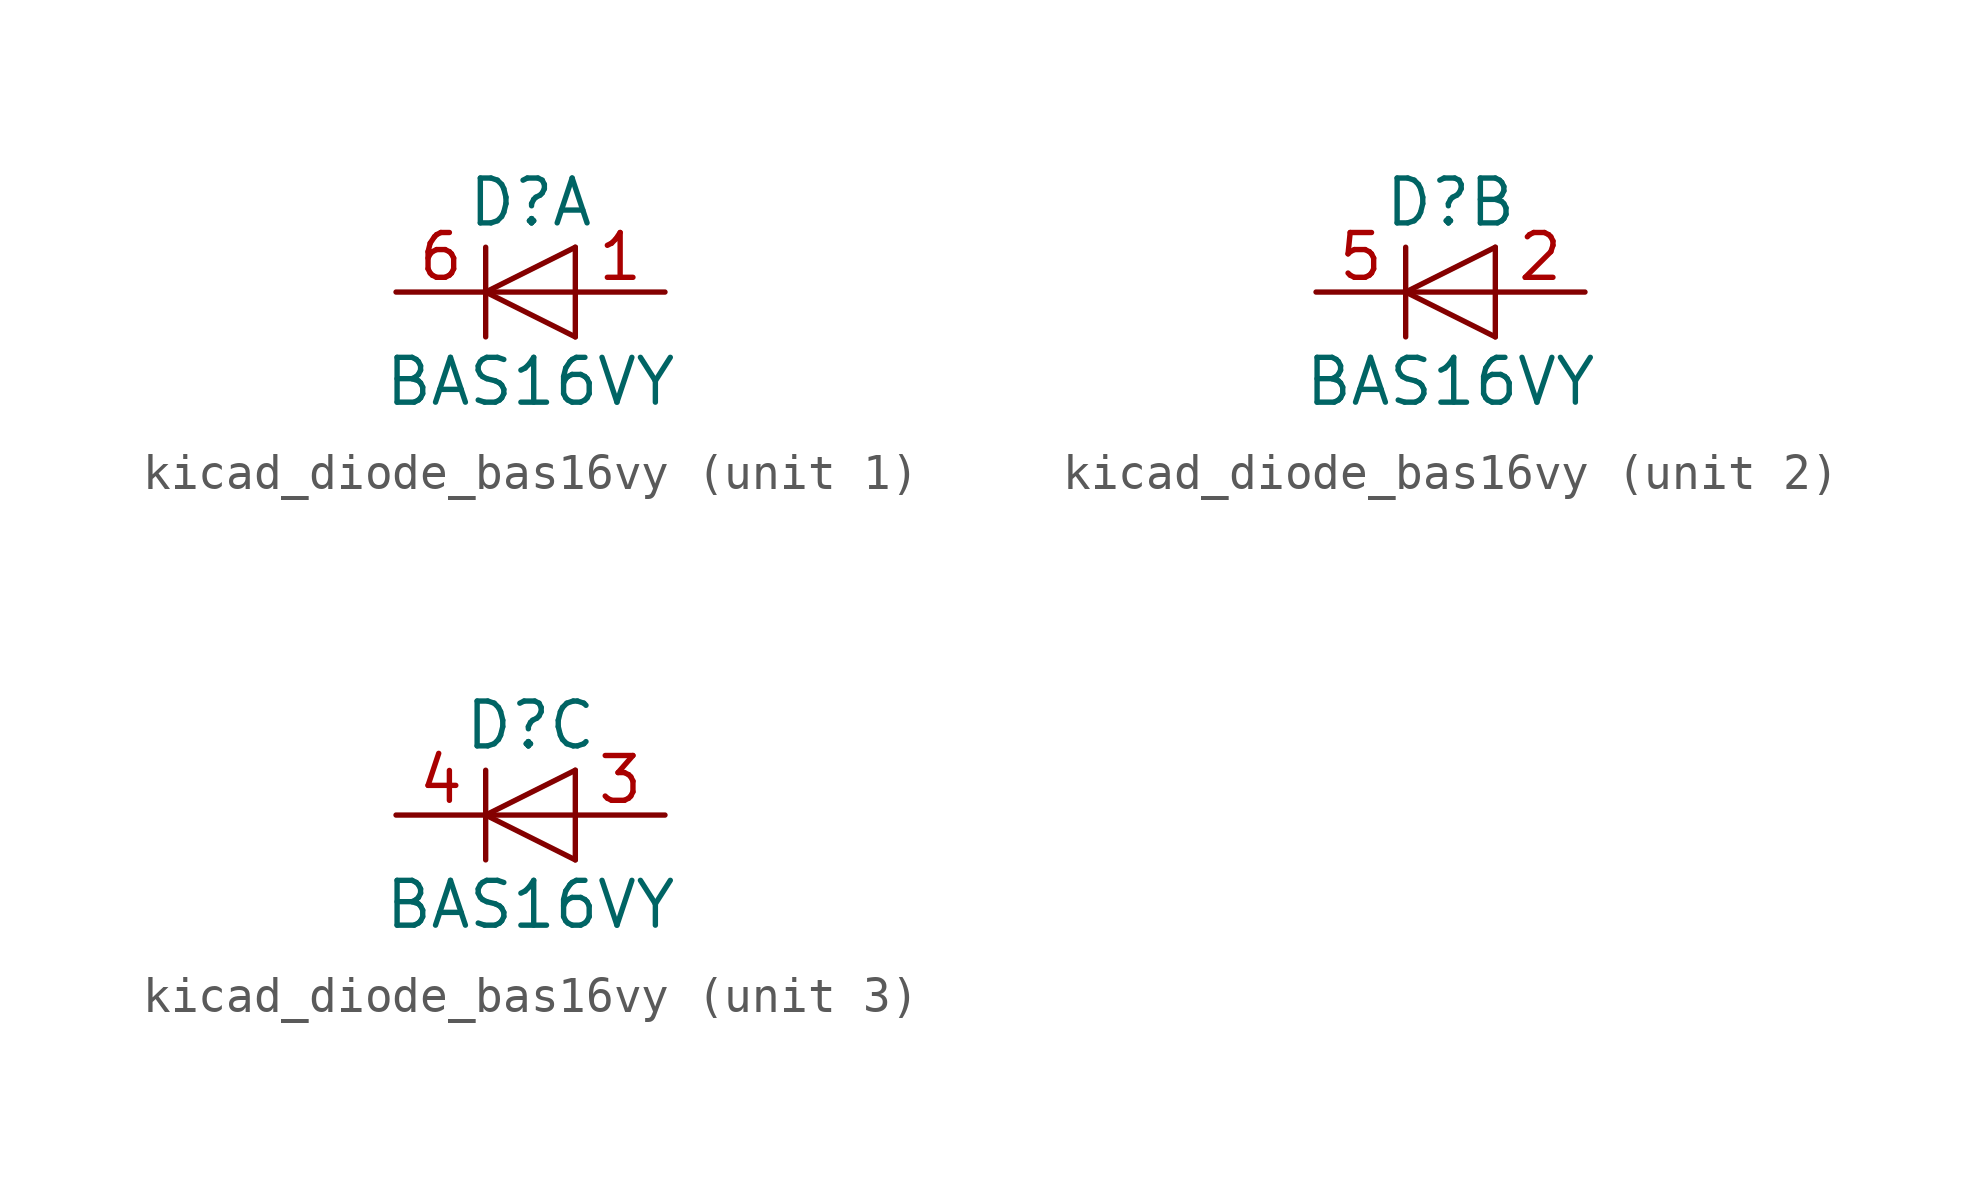
<source format=kicad_sym>
(kicad_symbol_lib
  (version 20220914)
  (generator kicad_symbol_editor)
  (symbol "kicad_diode_bas16vy"
    (pin_names
      (offset 1.016) hide)
    (property "Reference" "D"
      (at 0 2.54 0)
      (effects (font (size 1.27 1.27))))
    (property "Value" "BAS16VY"
      (at 0 -2.54 0)
      (effects (font (size 1.27 1.27))))
    (symbol "kicad_diode_bas16vy_0_1"
      (polyline (pts (xy -1.27 1.27) (xy -1.27 -1.27)) (stroke (width 0.152) (type default)) (fill (type none)))
      (polyline (pts (xy 1.27 0) (xy -1.27 0)) (stroke (width 0) (type default)) (fill (type none)))
      (polyline (pts (xy 1.27 1.27) (xy 1.27 -1.27)) (stroke (width 0) (type default)) (fill (type none)))
      (polyline (pts (xy 1.27 1.27) (xy -1.27 0) (xy 1.27 -1.27)) (stroke (width 0) (type default)) (fill (type none))))
    (symbol "kicad_diode_bas16vy_1_1"
      (pin passive line (at 3.81 0 180) (length 2.54) (name "A" (effects (font (size 1.27 1.27)))) (number "1" (effects (font (size 1.27 1.27)))))
      (pin passive line (at -3.81 0 0) (length 2.54) (name "K" (effects (font (size 1.27 1.27)))) (number "6" (effects (font (size 1.27 1.27))))))
    (symbol "kicad_diode_bas16vy_2_1"
      (pin passive line (at 3.81 0 180) (length 2.54) (name "A" (effects (font (size 1.27 1.27)))) (number "2" (effects (font (size 1.27 1.27)))))
      (pin passive line (at -3.81 0 0) (length 2.54) (name "K" (effects (font (size 1.27 1.27)))) (number "5" (effects (font (size 1.27 1.27))))))
    (symbol "kicad_diode_bas16vy_3_1"
      (pin passive line (at 3.81 0 180) (length 2.54) (name "A" (effects (font (size 1.27 1.27)))) (number "3" (effects (font (size 1.27 1.27)))))
      (pin passive line (at -3.81 0 0) (length 2.54) (name "K" (effects (font (size 1.27 1.27)))) (number "4" (effects (font (size 1.27 1.27))))))))
</source>
